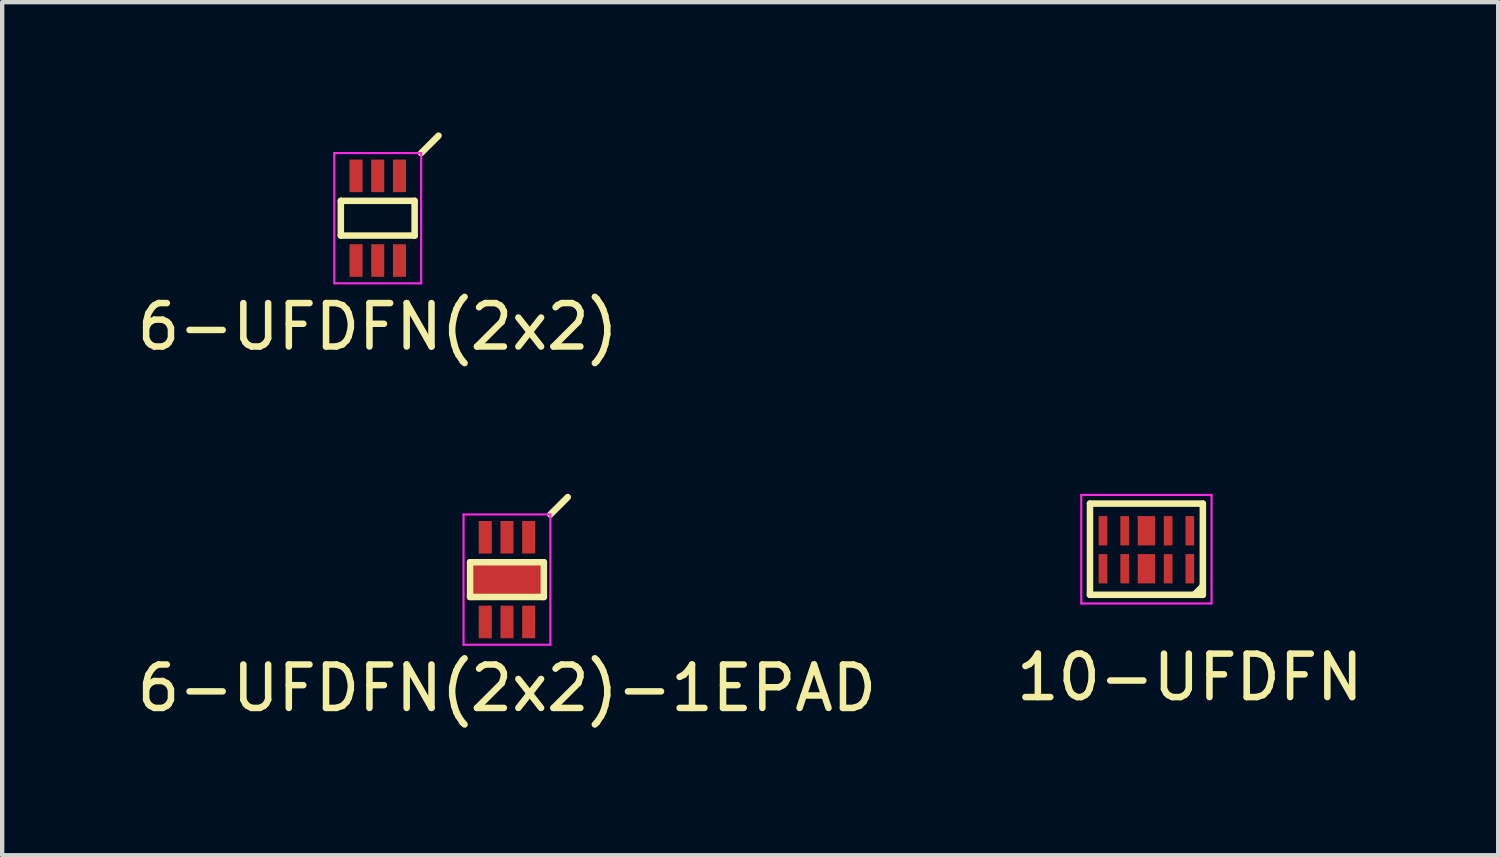
<source format=kicad_pcb>
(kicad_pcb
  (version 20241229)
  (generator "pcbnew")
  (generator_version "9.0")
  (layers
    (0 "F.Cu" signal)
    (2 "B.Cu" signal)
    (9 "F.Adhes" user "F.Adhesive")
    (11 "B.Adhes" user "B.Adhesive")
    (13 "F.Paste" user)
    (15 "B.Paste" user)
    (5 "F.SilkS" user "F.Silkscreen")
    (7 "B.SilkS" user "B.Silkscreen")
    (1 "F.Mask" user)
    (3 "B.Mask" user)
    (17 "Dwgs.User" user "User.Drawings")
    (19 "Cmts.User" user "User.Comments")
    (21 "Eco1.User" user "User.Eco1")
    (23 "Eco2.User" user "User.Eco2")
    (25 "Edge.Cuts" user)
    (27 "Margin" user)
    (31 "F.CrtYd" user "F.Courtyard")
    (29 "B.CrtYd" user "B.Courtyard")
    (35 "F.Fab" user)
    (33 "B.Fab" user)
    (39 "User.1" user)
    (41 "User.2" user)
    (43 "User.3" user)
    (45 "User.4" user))
  (footprint "6-UFDFN(2x2)-1EPAD"
    (layer "F.Cu")
    (at 8.625 10.298)
    (property "Reference" "6-UFDFN(2x2)-1EPAD" (at 0 2.5 0) (layer "F.SilkS") (effects (font (size 1 1) (thickness 0.15))))
    (attr smd)
    (fp_line (start -0.85 -0.4) (end -0.85 0.4) (stroke (width 0.15) (type solid)) (layer "F.SilkS"))
    (fp_line (start -0.85 -0.4) (end 0.85 -0.4) (stroke (width 0.15) (type solid)) (layer "F.SilkS"))
    (fp_line (start -0.85 0.4) (end 0.85 0.4) (stroke (width 0.15) (type solid)) (layer "F.SilkS"))
    (fp_line (start 0.85 -0.4) (end 0.85 0.4) (stroke (width 0.15) (type solid)) (layer "F.SilkS"))
    (fp_line (start 1 -1.5) (end 1.4 -1.9) (stroke (width 0.15) (type solid)) (layer "F.SilkS"))
    (fp_line (start -1 -1.5) (end -1 1.5) (stroke (width 0.05) (type solid)) (layer "F.CrtYd"))
    (fp_line (start -1 -1.5) (end 1 -1.5) (stroke (width 0.05) (type solid)) (layer "F.CrtYd"))
    (fp_line (start -1 1.5) (end 1 1.5) (stroke (width 0.05) (type solid)) (layer "F.CrtYd"))
    (fp_line (start 1 -1.5) (end 1 1.5) (stroke (width 0.05) (type solid)) (layer "F.CrtYd"))
    (pad "1" smd rect (at 0.5 -0.975) (size 0.3 0.75) (layers "F.Cu" "F.Paste"))
    (pad "2" smd rect (at 0 -0.975) (size 0.3 0.75) (layers "F.Cu" "F.Paste"))
    (pad "3" smd rect (at -0.5 -0.975) (size 0.3 0.75) (layers "F.Cu" "F.Paste"))
    (pad "4" smd rect (at -0.5 0.975) (size 0.3 0.75) (layers "F.Cu" "F.Paste"))
    (pad "5" smd rect (at 0 0.975) (size 0.3 0.75) (layers "F.Cu" "F.Paste"))
    (pad "6" smd rect (at 0.5 0.975) (size 0.3 0.75) (layers "F.Cu" "F.Paste"))
    (pad "EPAD" smd rect (at 0 0) (size 1.7 0.8) (layers "F.Cu" "F.Paste")))
  (footprint "10-UFDFN"
    (layer "F.Cu")
    (at 24.351 10.048)
    (property "Reference" "10-UFDFN" (at 0 2.5 0) (layer "F.SilkS") (effects (font (size 1 1) (thickness 0.15))))
    (attr through_hole)
    (fp_line (start -2.3 -1.5) (end -2.3 0.6) (stroke (width 0.15) (type solid)) (layer "F.SilkS"))
    (fp_line (start -2.3 0.6) (end 0.3 0.6) (stroke (width 0.15) (type solid)) (layer "F.SilkS"))
    (fp_line (start 0.1 0.6) (end 0.3 0.4) (stroke (width 0.15) (type solid)) (layer "F.SilkS"))
    (fp_line (start 0.3 -1.5) (end -2.3 -1.5) (stroke (width 0.15) (type solid)) (layer "F.SilkS"))
    (fp_line (start 0.3 0.6) (end 0.3 -1.5) (stroke (width 0.15) (type solid)) (layer "F.SilkS"))
    (fp_line (start -2.5 -1.7) (end -2.5 0.8) (stroke (width 0.05) (type solid)) (layer "F.CrtYd"))
    (fp_line (start -2.5 0.8) (end 0.5 0.8) (stroke (width 0.05) (type solid)) (layer "F.CrtYd"))
    (fp_line (start 0.5 -1.7) (end -2.5 -1.7) (stroke (width 0.05) (type solid)) (layer "F.CrtYd"))
    (fp_line (start 0.5 0.8) (end 0.5 -1.7) (stroke (width 0.05) (type solid)) (layer "F.CrtYd"))
    (pad "1" smd rect (at 0 0) (size 0.2 0.675) (layers "F.Cu" "F.Mask" "F.Paste"))
    (pad "2" smd rect (at -0.5 0) (size 0.2 0.675) (layers "F.Cu" "F.Mask" "F.Paste"))
    (pad "3" smd rect (at -1 0) (size 0.4 0.675) (layers "F.Cu" "F.Mask" "F.Paste"))
    (pad "4" smd rect (at -1.5 0) (size 0.2 0.675) (layers "F.Cu" "F.Mask" "F.Paste"))
    (pad "5" smd rect (at -2 0) (size 0.2 0.675) (layers "F.Cu" "F.Mask" "F.Paste"))
    (pad "6" smd rect (at -2 -0.875) (size 0.2 0.675) (layers "F.Cu" "F.Mask" "F.Paste"))
    (pad "7" smd rect (at -1.5 -0.875) (size 0.2 0.675) (layers "F.Cu" "F.Mask" "F.Paste"))
    (pad "8" smd rect (at -1 -0.875) (size 0.4 0.675) (layers "F.Cu" "F.Mask" "F.Paste"))
    (pad "9" smd rect (at -0.5 -0.875) (size 0.2 0.675) (layers "F.Cu" "F.Mask" "F.Paste"))
    (pad "10" smd rect (at 0 -0.875) (size 0.2 0.675) (layers "F.Cu" "F.Mask" "F.Paste")))
  (footprint "6-UFDFN(2x2)"
    (layer "F.Cu")
    (at 5.649 1.975)
    (property "Reference" "6-UFDFN(2x2)" (at 0 2.5 0) (layer "F.SilkS") (effects (font (size 1 1) (thickness 0.15))))
    (attr smd)
    (fp_line (start -0.85 -0.4) (end -0.85 0.4) (stroke (width 0.15) (type solid)) (layer "F.SilkS"))
    (fp_line (start -0.85 -0.4) (end 0.85 -0.4) (stroke (width 0.15) (type solid)) (layer "F.SilkS"))
    (fp_line (start -0.85 0.4) (end 0.85 0.4) (stroke (width 0.15) (type solid)) (layer "F.SilkS"))
    (fp_line (start 0.85 -0.4) (end 0.85 0.4) (stroke (width 0.15) (type solid)) (layer "F.SilkS"))
    (fp_line (start 1 -1.5) (end 1.4 -1.9) (stroke (width 0.15) (type solid)) (layer "F.SilkS"))
    (fp_line (start -1 -1.5) (end -1 1.5) (stroke (width 0.05) (type solid)) (layer "F.CrtYd"))
    (fp_line (start -1 -1.5) (end 1 -1.5) (stroke (width 0.05) (type solid)) (layer "F.CrtYd"))
    (fp_line (start -1 1.5) (end 1 1.5) (stroke (width 0.05) (type solid)) (layer "F.CrtYd"))
    (fp_line (start 1 -1.5) (end 1 1.5) (stroke (width 0.05) (type solid)) (layer "F.CrtYd"))
    (pad "1" smd rect (at 0.5 -0.975) (size 0.3 0.75) (layers "F.Cu" "F.Mask" "F.Paste"))
    (pad "2" smd rect (at 0 -0.975) (size 0.3 0.75) (layers "F.Cu" "F.Mask" "F.Paste"))
    (pad "3" smd rect (at -0.5 -0.975) (size 0.3 0.75) (layers "F.Cu" "F.Mask" "F.Paste"))
    (pad "4" smd rect (at -0.5 0.975) (size 0.3 0.75) (layers "F.Cu" "F.Mask" "F.Paste"))
    (pad "5" smd rect (at 0 0.975) (size 0.3 0.75) (layers "F.Cu" "F.Mask" "F.Paste"))
    (pad "6" smd rect (at 0.5 0.975) (size 0.3 0.75) (layers "F.Cu" "F.Mask" "F.Paste")))
  (gr_rect
    (start -3 -3)
    (end 31.452 16.646)
    (stroke (width 0.1) (type default))
    (fill no)
    (layer "Edge.Cuts")))
</source>
